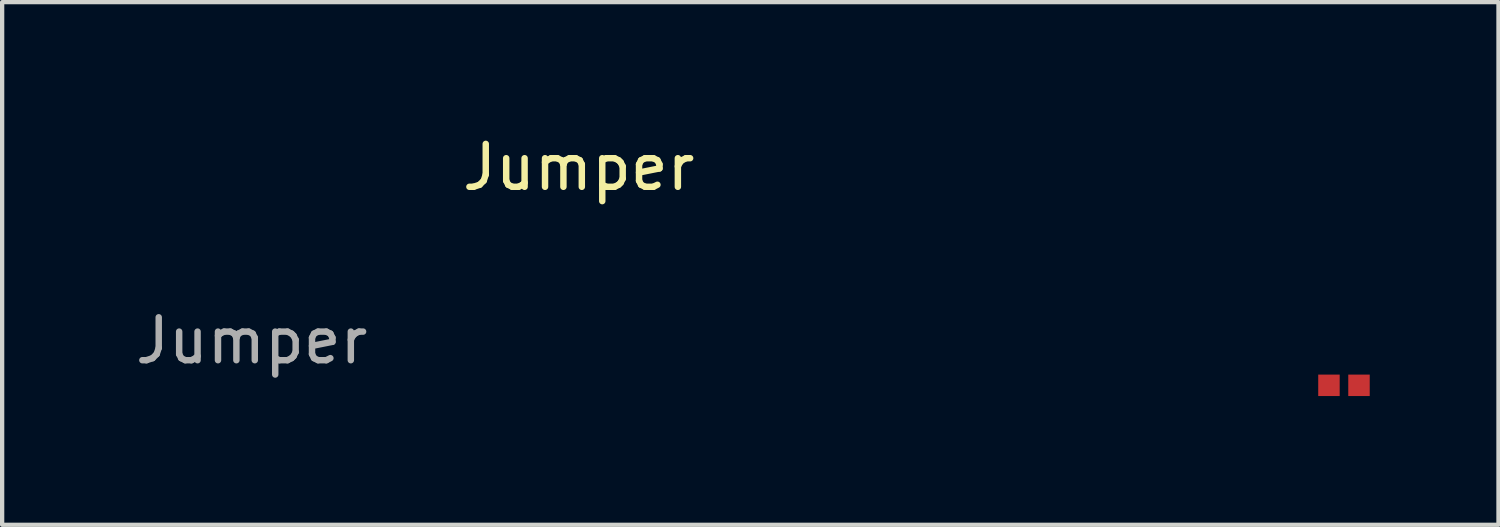
<source format=kicad_pcb>
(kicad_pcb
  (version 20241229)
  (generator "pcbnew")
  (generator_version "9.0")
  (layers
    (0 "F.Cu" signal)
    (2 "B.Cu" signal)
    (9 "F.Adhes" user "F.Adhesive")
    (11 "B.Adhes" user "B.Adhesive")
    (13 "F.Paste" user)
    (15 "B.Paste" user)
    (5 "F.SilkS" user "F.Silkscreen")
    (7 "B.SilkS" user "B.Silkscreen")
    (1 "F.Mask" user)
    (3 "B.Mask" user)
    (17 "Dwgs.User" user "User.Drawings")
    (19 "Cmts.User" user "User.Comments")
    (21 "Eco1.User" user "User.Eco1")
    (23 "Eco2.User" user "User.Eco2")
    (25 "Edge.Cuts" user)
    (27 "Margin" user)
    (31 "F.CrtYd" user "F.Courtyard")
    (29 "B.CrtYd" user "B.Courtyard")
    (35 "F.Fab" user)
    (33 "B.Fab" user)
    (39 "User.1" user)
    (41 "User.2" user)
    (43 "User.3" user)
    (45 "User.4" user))
  (footprint "Jumper"
    (layer "F.Cu")
    (at 28.215 5.928)
    (property "Reference" "Jumper" (at -17.78 -5.08 0) (unlocked yes) (layer "F.SilkS") (effects (font (size 1 1) (thickness 0.15))))
    (attr smd)
    (fp_rect (start -0.05 -0.25) (end 0.15 0.25) (stroke (width 0) (type solid)) (fill yes) (layer "F.Mask"))
    (fp_text user "${REFERENCE}" (at -25.4 -1.04 0) (unlocked yes) (layer "F.Fab") (effects (font (size 1 1) (thickness 0.15))))
    (pad "1" smd rect (at -0.3 0) (size 0.5 0.5) (layers "F.Cu" "F.Mask" "F.Paste"))
    (pad "2" smd rect (at 0.4 0) (size 0.5 0.5) (layers "F.Cu" "F.Mask" "F.Paste")))
  (gr_rect
    (start -3 -3)
    (end 31.865 9.178)
    (stroke (width 0.1) (type default))
    (fill no)
    (layer "Edge.Cuts")))
</source>
